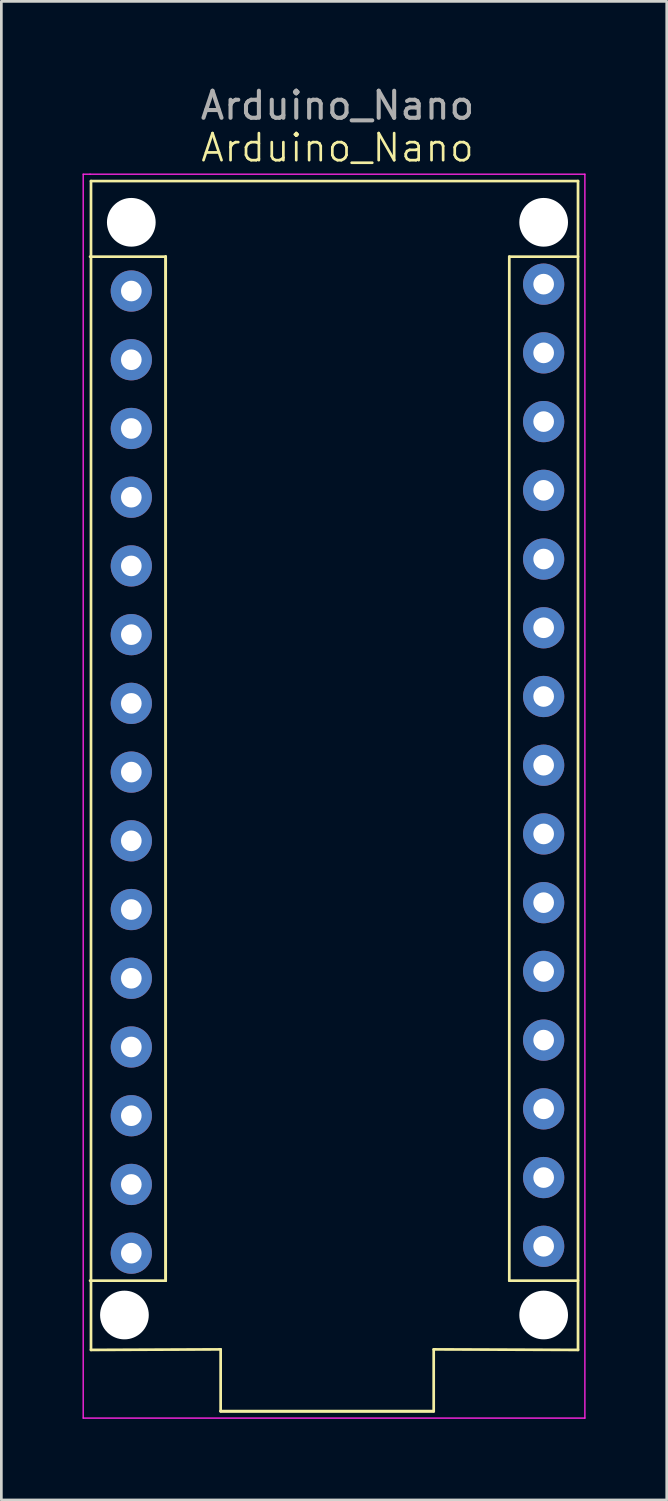
<source format=kicad_pcb>
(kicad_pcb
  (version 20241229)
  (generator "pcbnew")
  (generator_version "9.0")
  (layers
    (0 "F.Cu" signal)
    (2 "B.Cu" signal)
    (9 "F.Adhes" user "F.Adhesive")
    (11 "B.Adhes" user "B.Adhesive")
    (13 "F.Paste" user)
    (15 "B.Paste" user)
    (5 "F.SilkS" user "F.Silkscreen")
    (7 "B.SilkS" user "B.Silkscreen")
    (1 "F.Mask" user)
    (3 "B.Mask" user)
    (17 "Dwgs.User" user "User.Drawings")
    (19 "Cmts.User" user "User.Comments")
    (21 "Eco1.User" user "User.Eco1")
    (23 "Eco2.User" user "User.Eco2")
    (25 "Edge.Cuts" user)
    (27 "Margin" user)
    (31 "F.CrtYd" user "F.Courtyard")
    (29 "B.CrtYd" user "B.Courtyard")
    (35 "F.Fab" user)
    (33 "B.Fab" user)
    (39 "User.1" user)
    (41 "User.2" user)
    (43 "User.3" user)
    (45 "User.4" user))
  (footprint "Arduino_Nano"
    (layer "F.Cu")
    (at 8.915 25.232)
    (property "Reference" "Arduino_Nano" (at 0.508 -22.82 0) (unlocked yes) (layer "F.SilkS") (effects (font (size 1 1) (thickness 0.1))))
    (attr through_hole)
    (fp_line (start -8.636 -18.796) (end -5.842 -18.796) (stroke (width 0.1) (type default)) (layer "F.SilkS"))
    (fp_line (start -8.602 -21.59) (end -8.602 21.61) (stroke (width 0.1) (type default)) (layer "F.SilkS"))
    (fp_line (start -8.602 -21.59) (end 9.398 -21.59) (stroke (width 0.1) (type default)) (layer "F.SilkS"))
    (fp_line (start -5.842 -18.796) (end -5.842 19.05) (stroke (width 0.1) (type default)) (layer "F.SilkS"))
    (fp_line (start -5.842 -18.796) (end -5.842 19.05) (stroke (width 0.1) (type default)) (layer "F.SilkS"))
    (fp_line (start -5.842 19.05) (end -8.636 19.05) (stroke (width 0.1) (type default)) (layer "F.SilkS"))
    (fp_line (start -3.81 21.59) (end -8.602 21.61) (stroke (width 0.1) (type default)) (layer "F.SilkS"))
    (fp_line (start -3.81 21.59) (end -3.81 23.876) (stroke (width 0.1) (type default)) (layer "F.SilkS"))
    (fp_line (start -3.81 23.876) (end 4.064 23.876) (stroke (width 0.1) (type default)) (layer "F.SilkS"))
    (fp_line (start 4.064 23.876) (end -3.81 23.876) (stroke (width 0.1) (type default)) (layer "F.SilkS"))
    (fp_line (start 4.064 23.876) (end 4.064 21.59) (stroke (width 0.1) (type default)) (layer "F.SilkS"))
    (fp_line (start 6.858 -18.796) (end 9.398 -18.796) (stroke (width 0.1) (type default)) (layer "F.SilkS"))
    (fp_line (start 6.858 19.05) (end 6.858 -18.796) (stroke (width 0.1) (type default)) (layer "F.SilkS"))
    (fp_line (start 9.398 -21.59) (end 9.398 21.61) (stroke (width 0.1) (type default)) (layer "F.SilkS"))
    (fp_line (start 9.398 19.05) (end 6.858 19.05) (stroke (width 0.1) (type default)) (layer "F.SilkS"))
    (fp_line (start 9.398 21.61) (end 4.064 21.59) (stroke (width 0.1) (type default)) (layer "F.SilkS"))
    (fp_line (start -8.89 24.13) (end -8.89 -21.844) (stroke (width 0.05) (type default)) (layer "F.CrtYd"))
    (fp_line (start -8.636 -21.844) (end -8.89 -21.844) (stroke (width 0.05) (type default)) (layer "F.CrtYd"))
    (fp_line (start -8.636 -21.844) (end 9.652 -21.844) (stroke (width 0.05) (type default)) (layer "F.CrtYd"))
    (fp_line (start 9.652 -21.844) (end 9.652 24.13) (stroke (width 0.05) (type default)) (layer "F.CrtYd"))
    (fp_line (start 9.652 24.13) (end -8.89 24.13) (stroke (width 0.05) (type default)) (layer "F.CrtYd"))
    (fp_text user "${REFERENCE}" (at 0.508 -24.384 0) (unlocked yes) (layer "F.Fab") (effects (font (size 1 1) (thickness 0.15))))
    (pad "" np_thru_hole circle (at -7.366 20.32) (size 1.8 1.8) (drill 1.8) (layers "*.Cu" "*.Mask"))
    (pad "" np_thru_hole circle (at -7.112 -20.066) (size 1.8 1.8) (drill 1.8) (layers "*.Cu" "*.Mask"))
    (pad "" np_thru_hole circle (at 8.128 -20.066) (size 1.8 1.8) (drill 1.8) (layers "*.Cu" "*.Mask"))
    (pad "" np_thru_hole circle (at 8.128 20.32) (size 1.8 1.8) (drill 1.8) (layers "*.Cu" "*.Mask"))
    (pad "1" thru_hole circle (at -7.112 -17.526) (size 1.524 1.524) (drill 0.762) (layers "*.Cu" "*.Mask"))
    (pad "2" thru_hole circle (at -7.112 -14.986) (size 1.524 1.524) (drill 0.762) (layers "*.Cu" "*.Mask"))
    (pad "3" thru_hole circle (at -7.112 -12.446) (size 1.524 1.524) (drill 0.762) (layers "*.Cu" "*.Mask"))
    (pad "4" thru_hole circle (at -7.112 -9.906) (size 1.524 1.524) (drill 0.762) (layers "*.Cu" "*.Mask"))
    (pad "5" thru_hole circle (at -7.112 -7.366) (size 1.524 1.524) (drill 0.762) (layers "*.Cu" "*.Mask"))
    (pad "6" thru_hole circle (at -7.112 -4.826) (size 1.524 1.524) (drill 0.762) (layers "*.Cu" "*.Mask"))
    (pad "7" thru_hole circle (at -7.112 -2.286) (size 1.524 1.524) (drill 0.762) (layers "*.Cu" "*.Mask"))
    (pad "8" thru_hole circle (at -7.112 0.254) (size 1.524 1.524) (drill 0.762) (layers "*.Cu" "*.Mask"))
    (pad "9" thru_hole circle (at -7.112 2.794) (size 1.524 1.524) (drill 0.762) (layers "*.Cu" "*.Mask"))
    (pad "10" thru_hole circle (at -7.112 5.334) (size 1.524 1.524) (drill 0.762) (layers "*.Cu" "*.Mask"))
    (pad "11" thru_hole circle (at -7.112 7.874) (size 1.524 1.524) (drill 0.762) (layers "*.Cu" "*.Mask"))
    (pad "12" thru_hole circle (at -7.112 10.414) (size 1.524 1.524) (drill 0.762) (layers "*.Cu" "*.Mask"))
    (pad "13" thru_hole circle (at -7.112 12.954) (size 1.524 1.524) (drill 0.762) (layers "*.Cu" "*.Mask"))
    (pad "14" thru_hole circle (at -7.112 15.494) (size 1.524 1.524) (drill 0.762) (layers "*.Cu" "*.Mask"))
    (pad "15" thru_hole circle (at -7.112 18.034) (size 1.524 1.524) (drill 0.762) (layers "*.Cu" "*.Mask"))
    (pad "16" thru_hole circle (at 8.128 -17.78) (size 1.524 1.524) (drill 0.762) (layers "*.Cu" "*.Mask"))
    (pad "17" thru_hole circle (at 8.128 -15.24) (size 1.524 1.524) (drill 0.762) (layers "*.Cu" "*.Mask"))
    (pad "18" thru_hole circle (at 8.128 -12.7) (size 1.524 1.524) (drill 0.762) (layers "*.Cu" "*.Mask"))
    (pad "19" thru_hole circle (at 8.128 -10.16) (size 1.524 1.524) (drill 0.762) (layers "*.Cu" "*.Mask"))
    (pad "20" thru_hole circle (at 8.128 -7.62) (size 1.524 1.524) (drill 0.762) (layers "*.Cu" "*.Mask"))
    (pad "21" thru_hole circle (at 8.128 -5.08) (size 1.524 1.524) (drill 0.762) (layers "*.Cu" "*.Mask"))
    (pad "22" thru_hole circle (at 8.128 -2.54) (size 1.524 1.524) (drill 0.762) (layers "*.Cu" "*.Mask"))
    (pad "23" thru_hole circle (at 8.128 0) (size 1.524 1.524) (drill 0.762) (layers "*.Cu" "*.Mask"))
    (pad "24" thru_hole circle (at 8.128 2.54) (size 1.524 1.524) (drill 0.762) (layers "*.Cu" "*.Mask"))
    (pad "25" thru_hole circle (at 8.128 5.08) (size 1.524 1.524) (drill 0.762) (layers "*.Cu" "*.Mask"))
    (pad "26" thru_hole circle (at 8.128 7.62) (size 1.524 1.524) (drill 0.762) (layers "*.Cu" "*.Mask"))
    (pad "27" thru_hole circle (at 8.128 10.16) (size 1.524 1.524) (drill 0.762) (layers "*.Cu" "*.Mask"))
    (pad "28" thru_hole circle (at 8.128 12.7) (size 1.524 1.524) (drill 0.762) (layers "*.Cu" "*.Mask"))
    (pad "29" thru_hole circle (at 8.128 15.24) (size 1.524 1.524) (drill 0.762) (layers "*.Cu" "*.Mask"))
    (pad "30" thru_hole circle (at 8.128 17.78) (size 1.524 1.524) (drill 0.762) (layers "*.Cu" "*.Mask")))
  (gr_rect
    (start -3 -3)
    (end 21.592 52.387)
    (stroke (width 0.1) (type default))
    (fill no)
    (layer "Edge.Cuts")))
</source>
